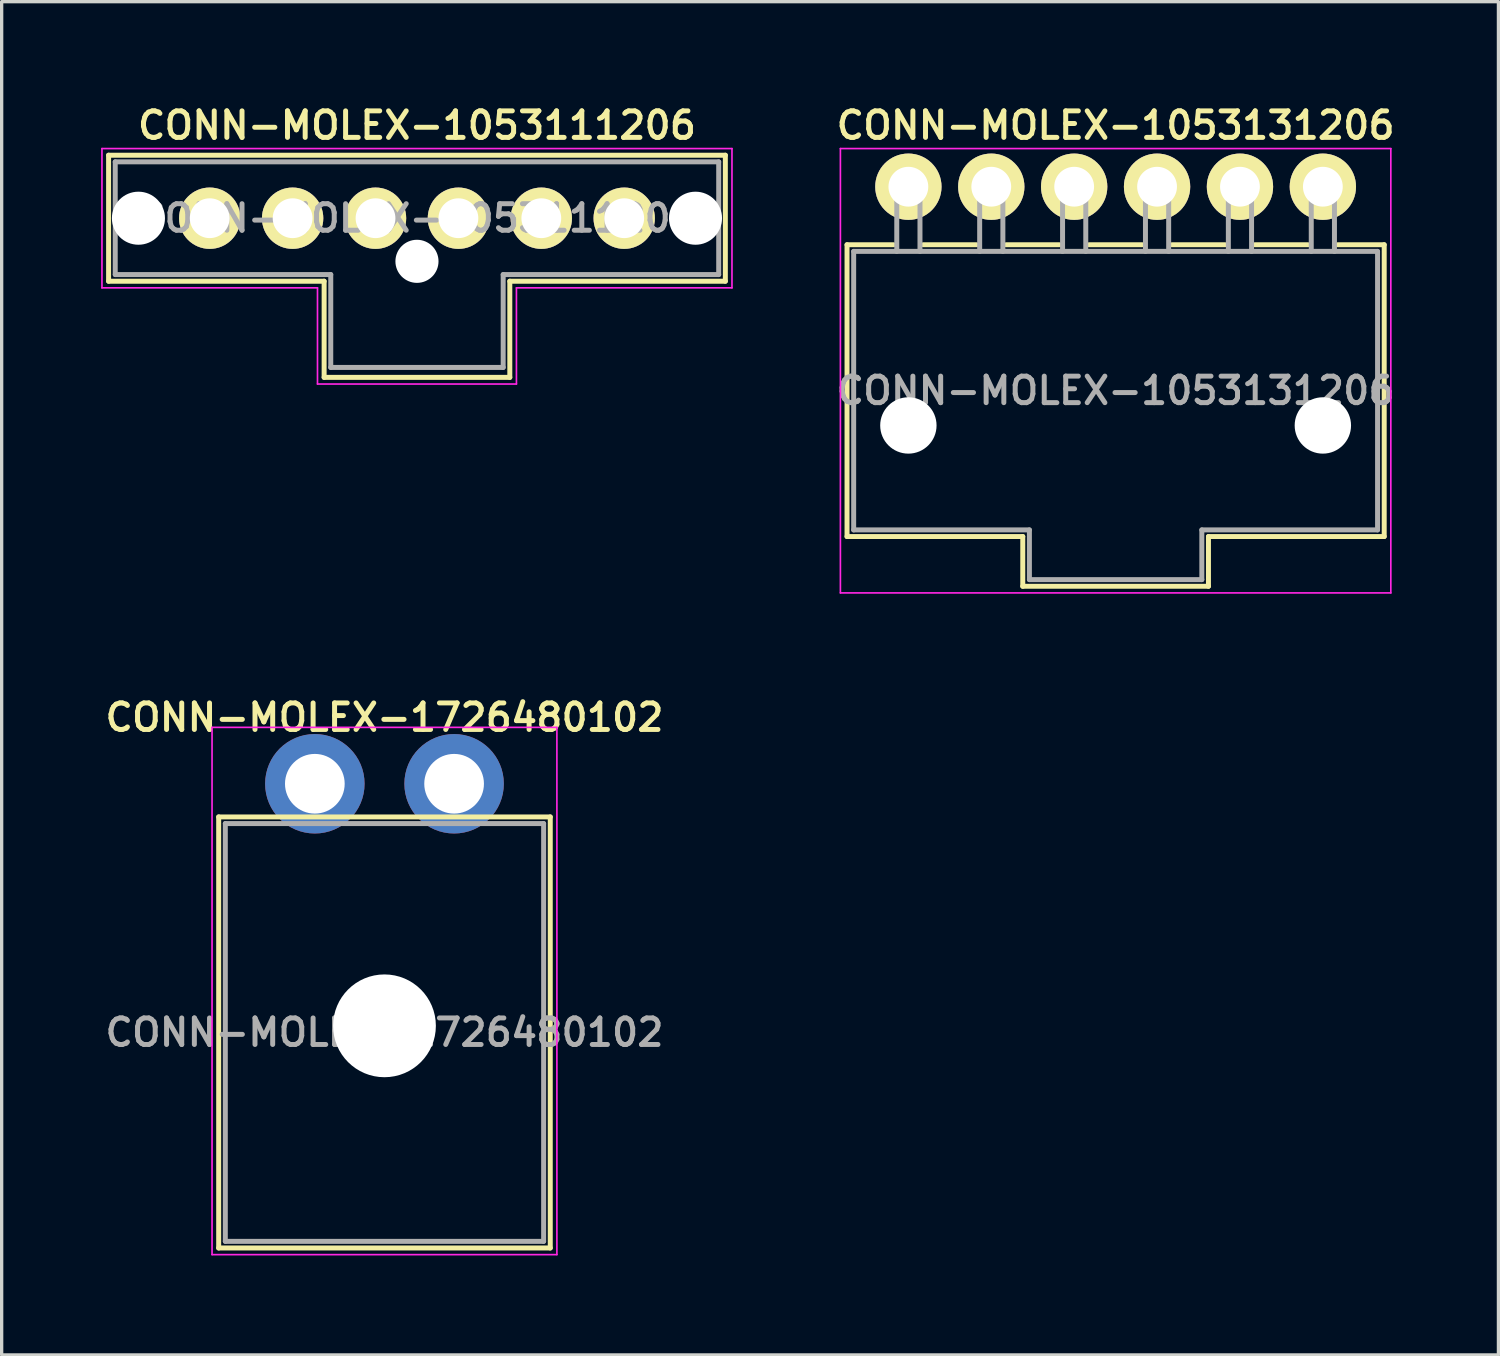
<source format=kicad_pcb>
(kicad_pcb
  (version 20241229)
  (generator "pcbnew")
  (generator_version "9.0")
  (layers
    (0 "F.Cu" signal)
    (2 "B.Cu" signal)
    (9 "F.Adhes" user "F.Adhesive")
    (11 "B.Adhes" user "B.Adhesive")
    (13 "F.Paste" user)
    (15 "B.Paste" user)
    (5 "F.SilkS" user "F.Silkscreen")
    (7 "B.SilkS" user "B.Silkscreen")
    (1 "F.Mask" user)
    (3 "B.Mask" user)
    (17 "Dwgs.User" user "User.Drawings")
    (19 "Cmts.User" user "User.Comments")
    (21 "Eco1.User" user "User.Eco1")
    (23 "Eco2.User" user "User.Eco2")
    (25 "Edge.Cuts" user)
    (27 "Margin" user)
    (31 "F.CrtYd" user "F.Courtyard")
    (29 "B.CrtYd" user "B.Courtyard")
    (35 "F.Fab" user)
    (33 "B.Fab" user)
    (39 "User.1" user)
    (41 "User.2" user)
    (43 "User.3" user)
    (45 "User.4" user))
  (footprint "CONN-MOLEX-1726480102"
    (layer "F.Cu")
    (at 8.545 28.087)
    (property "Reference" "CONN-MOLEX-1726480102" (at 0 -9.5 0) (layer "F.SilkS") (effects (font (size 0.8 0.8) (thickness 0.15))))
    (attr through_hole)
    (fp_line (start -5 -6.5) (end 5 -6.5) (stroke (width 0.15) (type solid)) (layer "F.SilkS"))
    (fp_line (start -5 6.5) (end -5 -6.5) (stroke (width 0.15) (type solid)) (layer "F.SilkS"))
    (fp_line (start 5 -6.5) (end 5 6.5) (stroke (width 0.15) (type solid)) (layer "F.SilkS"))
    (fp_line (start 5 6.5) (end -5 6.5) (stroke (width 0.15) (type solid)) (layer "F.SilkS"))
    (fp_line (start -5.2 -9.2) (end 5.2 -9.2) (stroke (width 0.05) (type solid)) (layer "F.CrtYd"))
    (fp_line (start -5.2 6.7) (end -5.2 -9.2) (stroke (width 0.05) (type solid)) (layer "F.CrtYd"))
    (fp_line (start 5.2 -9.2) (end 5.2 6.7) (stroke (width 0.05) (type solid)) (layer "F.CrtYd"))
    (fp_line (start 5.2 6.7) (end -5.2 6.7) (stroke (width 0.05) (type solid)) (layer "F.CrtYd"))
    (fp_line (start -4.8 -6.3) (end 4.8 -6.3) (stroke (width 0.15) (type solid)) (layer "F.Fab"))
    (fp_line (start -4.8 6.3) (end -4.8 -6.3) (stroke (width 0.15) (type solid)) (layer "F.Fab"))
    (fp_line (start 4.8 -6.3) (end 4.8 6.3) (stroke (width 0.15) (type solid)) (layer "F.Fab"))
    (fp_line (start 4.8 6.3) (end -4.8 6.3) (stroke (width 0.15) (type solid)) (layer "F.Fab"))
    (fp_text user "${REFERENCE}" (at 0 0 0) (layer "F.Fab") (effects (font (size 0.8 0.8) (thickness 0.15))))
    (pad "" np_thru_hole circle (at 0 -0.2) (size 3.1 3.1) (drill 3.1) (layers "*.Cu" "*.Mask"))
    (pad "1" thru_hole circle (at 2.1 -7.5) (size 3 3) (drill 1.8) (layers "*.Cu" "*.Mask"))
    (pad "2" thru_hole circle (at -2.1 -7.5) (size 3 3) (drill 1.8) (layers "*.Cu" "*.Mask")))
  (footprint "CONN-MOLEX-1053131206"
    (layer "F.Cu")
    (at 30.595 8.731)
    (property "Reference" "CONN-MOLEX-1053131206" (at 0 -8 0) (layer "F.SilkS") (effects (font (size 0.8 0.8) (thickness 0.15))))
    (attr through_hole)
    (fp_line (start -8.1 -4.4) (end -6.7 -4.4) (stroke (width 0.15) (type solid)) (layer "F.SilkS"))
    (fp_line (start -8.1 4.4) (end -8.1 -4.4) (stroke (width 0.15) (type solid)) (layer "F.SilkS"))
    (fp_line (start -8.1 4.4) (end -2.8 4.4) (stroke (width 0.15) (type solid)) (layer "F.SilkS"))
    (fp_line (start -5.8 -4.4) (end -4.2 -4.4) (stroke (width 0.15) (type solid)) (layer "F.SilkS"))
    (fp_line (start -3.3 -4.4) (end -1.7 -4.4) (stroke (width 0.15) (type solid)) (layer "F.SilkS"))
    (fp_line (start -2.8 4.4) (end -2.8 5.9) (stroke (width 0.15) (type solid)) (layer "F.SilkS"))
    (fp_line (start -2.8 5.9) (end 2.8 5.9) (stroke (width 0.15) (type solid)) (layer "F.SilkS"))
    (fp_line (start -0.8 -4.4) (end 0.8 -4.4) (stroke (width 0.15) (type solid)) (layer "F.SilkS"))
    (fp_line (start 1.7 -4.4) (end 3.3 -4.4) (stroke (width 0.15) (type solid)) (layer "F.SilkS"))
    (fp_line (start 2.8 4.4) (end 8.1 4.4) (stroke (width 0.15) (type solid)) (layer "F.SilkS"))
    (fp_line (start 2.8 5.9) (end 2.8 4.4) (stroke (width 0.15) (type solid)) (layer "F.SilkS"))
    (fp_line (start 4.2 -4.4) (end 5.8 -4.4) (stroke (width 0.15) (type solid)) (layer "F.SilkS"))
    (fp_line (start 6.7 -4.4) (end 8.1 -4.4) (stroke (width 0.15) (type solid)) (layer "F.SilkS"))
    (fp_line (start 8.1 4.4) (end 8.1 -4.4) (stroke (width 0.15) (type solid)) (layer "F.SilkS"))
    (fp_line (start -8.3 -7.3) (end 8.3 -7.3) (stroke (width 0.05) (type solid)) (layer "F.CrtYd"))
    (fp_line (start -8.3 6.1) (end -8.3 -7.3) (stroke (width 0.05) (type solid)) (layer "F.CrtYd"))
    (fp_line (start -8.3 6.1) (end 8.3 6.1) (stroke (width 0.05) (type solid)) (layer "F.CrtYd"))
    (fp_line (start 8.3 6.1) (end 8.3 -7.3) (stroke (width 0.05) (type solid)) (layer "F.CrtYd"))
    (fp_line (start -7.9 -4.2) (end -7.9 4.2) (stroke (width 0.15) (type solid)) (layer "F.Fab"))
    (fp_line (start -7.9 4.2) (end -2.6 4.2) (stroke (width 0.15) (type solid)) (layer "F.Fab"))
    (fp_line (start -6.6 -6.4) (end -5.9 -6.4) (stroke (width 0.15) (type solid)) (layer "F.Fab"))
    (fp_line (start -6.6 -4.2) (end -6.6 -6.4) (stroke (width 0.15) (type solid)) (layer "F.Fab"))
    (fp_line (start -5.9 -6.4) (end -5.9 -4.2) (stroke (width 0.15) (type solid)) (layer "F.Fab"))
    (fp_line (start -4.1 -6.4) (end -3.4 -6.4) (stroke (width 0.15) (type solid)) (layer "F.Fab"))
    (fp_line (start -4.1 -4.2) (end -4.1 -6.4) (stroke (width 0.15) (type solid)) (layer "F.Fab"))
    (fp_line (start -3.4 -6.4) (end -3.4 -4.2) (stroke (width 0.15) (type solid)) (layer "F.Fab"))
    (fp_line (start -2.6 5.7) (end -2.6 4.2) (stroke (width 0.15) (type solid)) (layer "F.Fab"))
    (fp_line (start -1.6 -6.4) (end -0.9 -6.4) (stroke (width 0.15) (type solid)) (layer "F.Fab"))
    (fp_line (start -1.6 -4.2) (end -1.6 -6.4) (stroke (width 0.15) (type solid)) (layer "F.Fab"))
    (fp_line (start -0.9 -6.4) (end -0.9 -4.2) (stroke (width 0.15) (type solid)) (layer "F.Fab"))
    (fp_line (start 0.9 -6.4) (end 1.6 -6.4) (stroke (width 0.15) (type solid)) (layer "F.Fab"))
    (fp_line (start 0.9 -4.2) (end 0.9 -6.4) (stroke (width 0.15) (type solid)) (layer "F.Fab"))
    (fp_line (start 1.6 -6.4) (end 1.6 -4.2) (stroke (width 0.15) (type solid)) (layer "F.Fab"))
    (fp_line (start 2.6 4.2) (end 7.9 4.2) (stroke (width 0.15) (type solid)) (layer "F.Fab"))
    (fp_line (start 2.6 5.7) (end -2.6 5.7) (stroke (width 0.15) (type solid)) (layer "F.Fab"))
    (fp_line (start 2.6 5.7) (end 2.6 4.2) (stroke (width 0.15) (type solid)) (layer "F.Fab"))
    (fp_line (start 3.4 -6.4) (end 4.1 -6.4) (stroke (width 0.15) (type solid)) (layer "F.Fab"))
    (fp_line (start 3.4 -4.2) (end 3.4 -6.4) (stroke (width 0.15) (type solid)) (layer "F.Fab"))
    (fp_line (start 4.1 -6.4) (end 4.1 -4.2) (stroke (width 0.15) (type solid)) (layer "F.Fab"))
    (fp_line (start 5.9 -6.4) (end 6.6 -6.4) (stroke (width 0.15) (type solid)) (layer "F.Fab"))
    (fp_line (start 5.9 -4.2) (end 5.9 -6.4) (stroke (width 0.15) (type solid)) (layer "F.Fab"))
    (fp_line (start 6.6 -6.4) (end 6.6 -4.2) (stroke (width 0.15) (type solid)) (layer "F.Fab"))
    (fp_line (start 7.9 -4.2) (end -7.9 -4.2) (stroke (width 0.15) (type solid)) (layer "F.Fab"))
    (fp_line (start 7.9 -4.2) (end 7.9 4.2) (stroke (width 0.15) (type solid)) (layer "F.Fab"))
    (fp_text user "${REFERENCE}" (at 0 0 0) (layer "F.Fab") (effects (font (size 0.8 0.8) (thickness 0.15))))
    (pad "" np_thru_hole circle (at -6.25 1.05) (size 1.7 1.7) (drill 1.7) (layers "*.Cu" "*.Mask"))
    (pad "" np_thru_hole circle (at 6.25 1.05) (size 1.7 1.7) (drill 1.7) (layers "*.Cu" "*.Mask"))
    (pad "1" thru_hole circle (at -6.25 -6.15) (size 2 2) (drill 1.2) (layers "*.Cu" "*.Mask" "F.SilkS"))
    (pad "2" thru_hole circle (at -3.75 -6.15) (size 2 2) (drill 1.2) (layers "*.Cu" "*.Mask" "F.SilkS"))
    (pad "3" thru_hole circle (at -1.25 -6.15) (size 2 2) (drill 1.2) (layers "*.Cu" "*.Mask" "F.SilkS"))
    (pad "4" thru_hole circle (at 1.25 -6.15) (size 2 2) (drill 1.2) (layers "*.Cu" "*.Mask" "F.SilkS"))
    (pad "5" thru_hole circle (at 3.75 -6.15) (size 2 2) (drill 1.2) (layers "*.Cu" "*.Mask" "F.SilkS"))
    (pad "6" thru_hole circle (at 6.25 -6.15) (size 2 2) (drill 1.2) (layers "*.Cu" "*.Mask" "F.SilkS")))
  (footprint "CONN-MOLEX-1053111206"
    (layer "F.Cu")
    (at 9.525 3.531)
    (property "Reference" "CONN-MOLEX-1053111206" (at 0 -2.8 0) (layer "F.SilkS") (effects (font (size 0.8 0.8) (thickness 0.15))))
    (attr through_hole)
    (fp_line (start -9.3 1.9) (end -9.3 -1.9) (stroke (width 0.15) (type solid)) (layer "F.SilkS"))
    (fp_line (start -9.3 1.9) (end -2.8 1.9) (stroke (width 0.15) (type solid)) (layer "F.SilkS"))
    (fp_line (start -2.8 1.9) (end -2.8 4.8) (stroke (width 0.15) (type solid)) (layer "F.SilkS"))
    (fp_line (start -2.8 4.8) (end 2.8 4.8) (stroke (width 0.15) (type solid)) (layer "F.SilkS"))
    (fp_line (start 2.8 1.9) (end 2.8 4.8) (stroke (width 0.15) (type solid)) (layer "F.SilkS"))
    (fp_line (start 2.8 1.9) (end 9.3 1.9) (stroke (width 0.15) (type solid)) (layer "F.SilkS"))
    (fp_line (start 9.3 -1.9) (end -9.3 -1.9) (stroke (width 0.15) (type solid)) (layer "F.SilkS"))
    (fp_line (start 9.3 1.9) (end 9.3 -1.9) (stroke (width 0.15) (type solid)) (layer "F.SilkS"))
    (fp_line (start -9.5 -2.1) (end 9.5 -2.1) (stroke (width 0.05) (type solid)) (layer "F.CrtYd"))
    (fp_line (start -9.5 2.1) (end -9.5 -2.1) (stroke (width 0.05) (type solid)) (layer "F.CrtYd"))
    (fp_line (start -9.5 2.1) (end -3 2.1) (stroke (width 0.05) (type solid)) (layer "F.CrtYd"))
    (fp_line (start -3 5) (end -3 2.1) (stroke (width 0.05) (type solid)) (layer "F.CrtYd"))
    (fp_line (start 3 2.1) (end 3 5) (stroke (width 0.05) (type solid)) (layer "F.CrtYd"))
    (fp_line (start 3 2.1) (end 9.5 2.1) (stroke (width 0.05) (type solid)) (layer "F.CrtYd"))
    (fp_line (start 3 5) (end -3 5) (stroke (width 0.05) (type solid)) (layer "F.CrtYd"))
    (fp_line (start 9.5 2.1) (end 9.5 -2.1) (stroke (width 0.05) (type solid)) (layer "F.CrtYd"))
    (fp_line (start -9.1 -1.7) (end -9.1 1.7) (stroke (width 0.15) (type solid)) (layer "F.Fab"))
    (fp_line (start -9.1 1.7) (end -2.6 1.7) (stroke (width 0.15) (type solid)) (layer "F.Fab"))
    (fp_line (start -6.6 -0.35) (end -5.9 -0.35) (stroke (width 0.12) (type solid)) (layer "F.Fab"))
    (fp_line (start -6.6 -0.35) (end -5.9 0.35) (stroke (width 0.12) (type solid)) (layer "F.Fab"))
    (fp_line (start -6.6 0.35) (end -6.6 -0.35) (stroke (width 0.12) (type solid)) (layer "F.Fab"))
    (fp_line (start -6.6 0.35) (end -5.9 -0.35) (stroke (width 0.12) (type solid)) (layer "F.Fab"))
    (fp_line (start -5.9 -0.35) (end -5.9 0.35) (stroke (width 0.12) (type solid)) (layer "F.Fab"))
    (fp_line (start -5.9 0.35) (end -6.6 0.35) (stroke (width 0.12) (type solid)) (layer "F.Fab"))
    (fp_line (start -4.1 -0.35) (end -3.4 -0.35) (stroke (width 0.12) (type solid)) (layer "F.Fab"))
    (fp_line (start -4.1 0.35) (end -4.1 -0.35) (stroke (width 0.12) (type solid)) (layer "F.Fab"))
    (fp_line (start -3.4 -0.35) (end -3.4 0.35) (stroke (width 0.12) (type solid)) (layer "F.Fab"))
    (fp_line (start -3.4 0.35) (end -4.1 0.35) (stroke (width 0.12) (type solid)) (layer "F.Fab"))
    (fp_line (start -2.6 4.5) (end -2.6 1.7) (stroke (width 0.15) (type solid)) (layer "F.Fab"))
    (fp_line (start -1.6 -0.35) (end -0.9 -0.35) (stroke (width 0.12) (type solid)) (layer "F.Fab"))
    (fp_line (start -1.6 0.35) (end -1.6 -0.35) (stroke (width 0.12) (type solid)) (layer "F.Fab"))
    (fp_line (start -0.9 -0.35) (end -0.9 0.35) (stroke (width 0.12) (type solid)) (layer "F.Fab"))
    (fp_line (start -0.9 0.35) (end -1.6 0.35) (stroke (width 0.12) (type solid)) (layer "F.Fab"))
    (fp_line (start 0.9 -0.35) (end 1.6 -0.35) (stroke (width 0.12) (type solid)) (layer "F.Fab"))
    (fp_line (start 0.9 0.35) (end 0.9 -0.35) (stroke (width 0.12) (type solid)) (layer "F.Fab"))
    (fp_line (start 1.6 -0.35) (end 1.6 0.35) (stroke (width 0.12) (type solid)) (layer "F.Fab"))
    (fp_line (start 1.6 0.35) (end 0.9 0.35) (stroke (width 0.12) (type solid)) (layer "F.Fab"))
    (fp_line (start 2.6 1.7) (end 9.1 1.7) (stroke (width 0.15) (type solid)) (layer "F.Fab"))
    (fp_line (start 2.6 4.5) (end -2.6 4.5) (stroke (width 0.15) (type solid)) (layer "F.Fab"))
    (fp_line (start 2.6 4.5) (end 2.6 1.7) (stroke (width 0.15) (type solid)) (layer "F.Fab"))
    (fp_line (start 3.4 -0.35) (end 4.1 -0.35) (stroke (width 0.12) (type solid)) (layer "F.Fab"))
    (fp_line (start 3.4 0.35) (end 3.4 -0.35) (stroke (width 0.12) (type solid)) (layer "F.Fab"))
    (fp_line (start 4.1 -0.35) (end 4.1 0.35) (stroke (width 0.12) (type solid)) (layer "F.Fab"))
    (fp_line (start 4.1 0.35) (end 3.4 0.35) (stroke (width 0.12) (type solid)) (layer "F.Fab"))
    (fp_line (start 5.9 -0.35) (end 6.6 -0.35) (stroke (width 0.12) (type solid)) (layer "F.Fab"))
    (fp_line (start 5.9 0.35) (end 5.9 -0.35) (stroke (width 0.12) (type solid)) (layer "F.Fab"))
    (fp_line (start 6.6 -0.35) (end 6.6 0.35) (stroke (width 0.12) (type solid)) (layer "F.Fab"))
    (fp_line (start 6.6 0.35) (end 5.9 0.35) (stroke (width 0.12) (type solid)) (layer "F.Fab"))
    (fp_line (start 9.1 -1.7) (end -9.1 -1.7) (stroke (width 0.15) (type solid)) (layer "F.Fab"))
    (fp_line (start 9.1 -1.7) (end 9.1 1.7) (stroke (width 0.15) (type solid)) (layer "F.Fab"))
    (fp_text user "${REFERENCE}" (at 0 0 0) (layer "F.Fab") (effects (font (size 0.8 0.8) (thickness 0.15))))
    (pad "" np_thru_hole circle (at -8.4 0) (size 1.6 1.6) (drill 1.6) (layers "*.Cu" "*.Mask"))
    (pad "" np_thru_hole circle (at 0 1.3) (size 1.3 1.3) (drill 1.3) (layers "*.Cu" "*.Mask"))
    (pad "" np_thru_hole circle (at 8.4 0) (size 1.6 1.6) (drill 1.6) (layers "*.Cu" "*.Mask"))
    (pad "1" thru_hole circle (at -6.25 0) (size 1.85 1.85) (drill 1.2) (layers "*.Cu" "*.Mask" "F.SilkS"))
    (pad "2" thru_hole circle (at -3.75 0) (size 1.85 1.85) (drill 1.2) (layers "*.Cu" "*.Mask" "F.SilkS"))
    (pad "3" thru_hole circle (at -1.25 0) (size 1.85 1.85) (drill 1.2) (layers "*.Cu" "*.Mask" "F.SilkS"))
    (pad "4" thru_hole circle (at 1.25 0) (size 1.85 1.85) (drill 1.2) (layers "*.Cu" "*.Mask" "F.SilkS"))
    (pad "5" thru_hole circle (at 3.75 0) (size 1.85 1.85) (drill 1.2) (layers "*.Cu" "*.Mask" "F.SilkS"))
    (pad "6" thru_hole circle (at 6.25 0) (size 1.85 1.85) (drill 1.2) (layers "*.Cu" "*.Mask" "F.SilkS")))
  (gr_rect
    (start -3 -3)
    (end 42.14 37.812)
    (stroke (width 0.1) (type default))
    (fill no)
    (layer "Edge.Cuts")))
</source>
